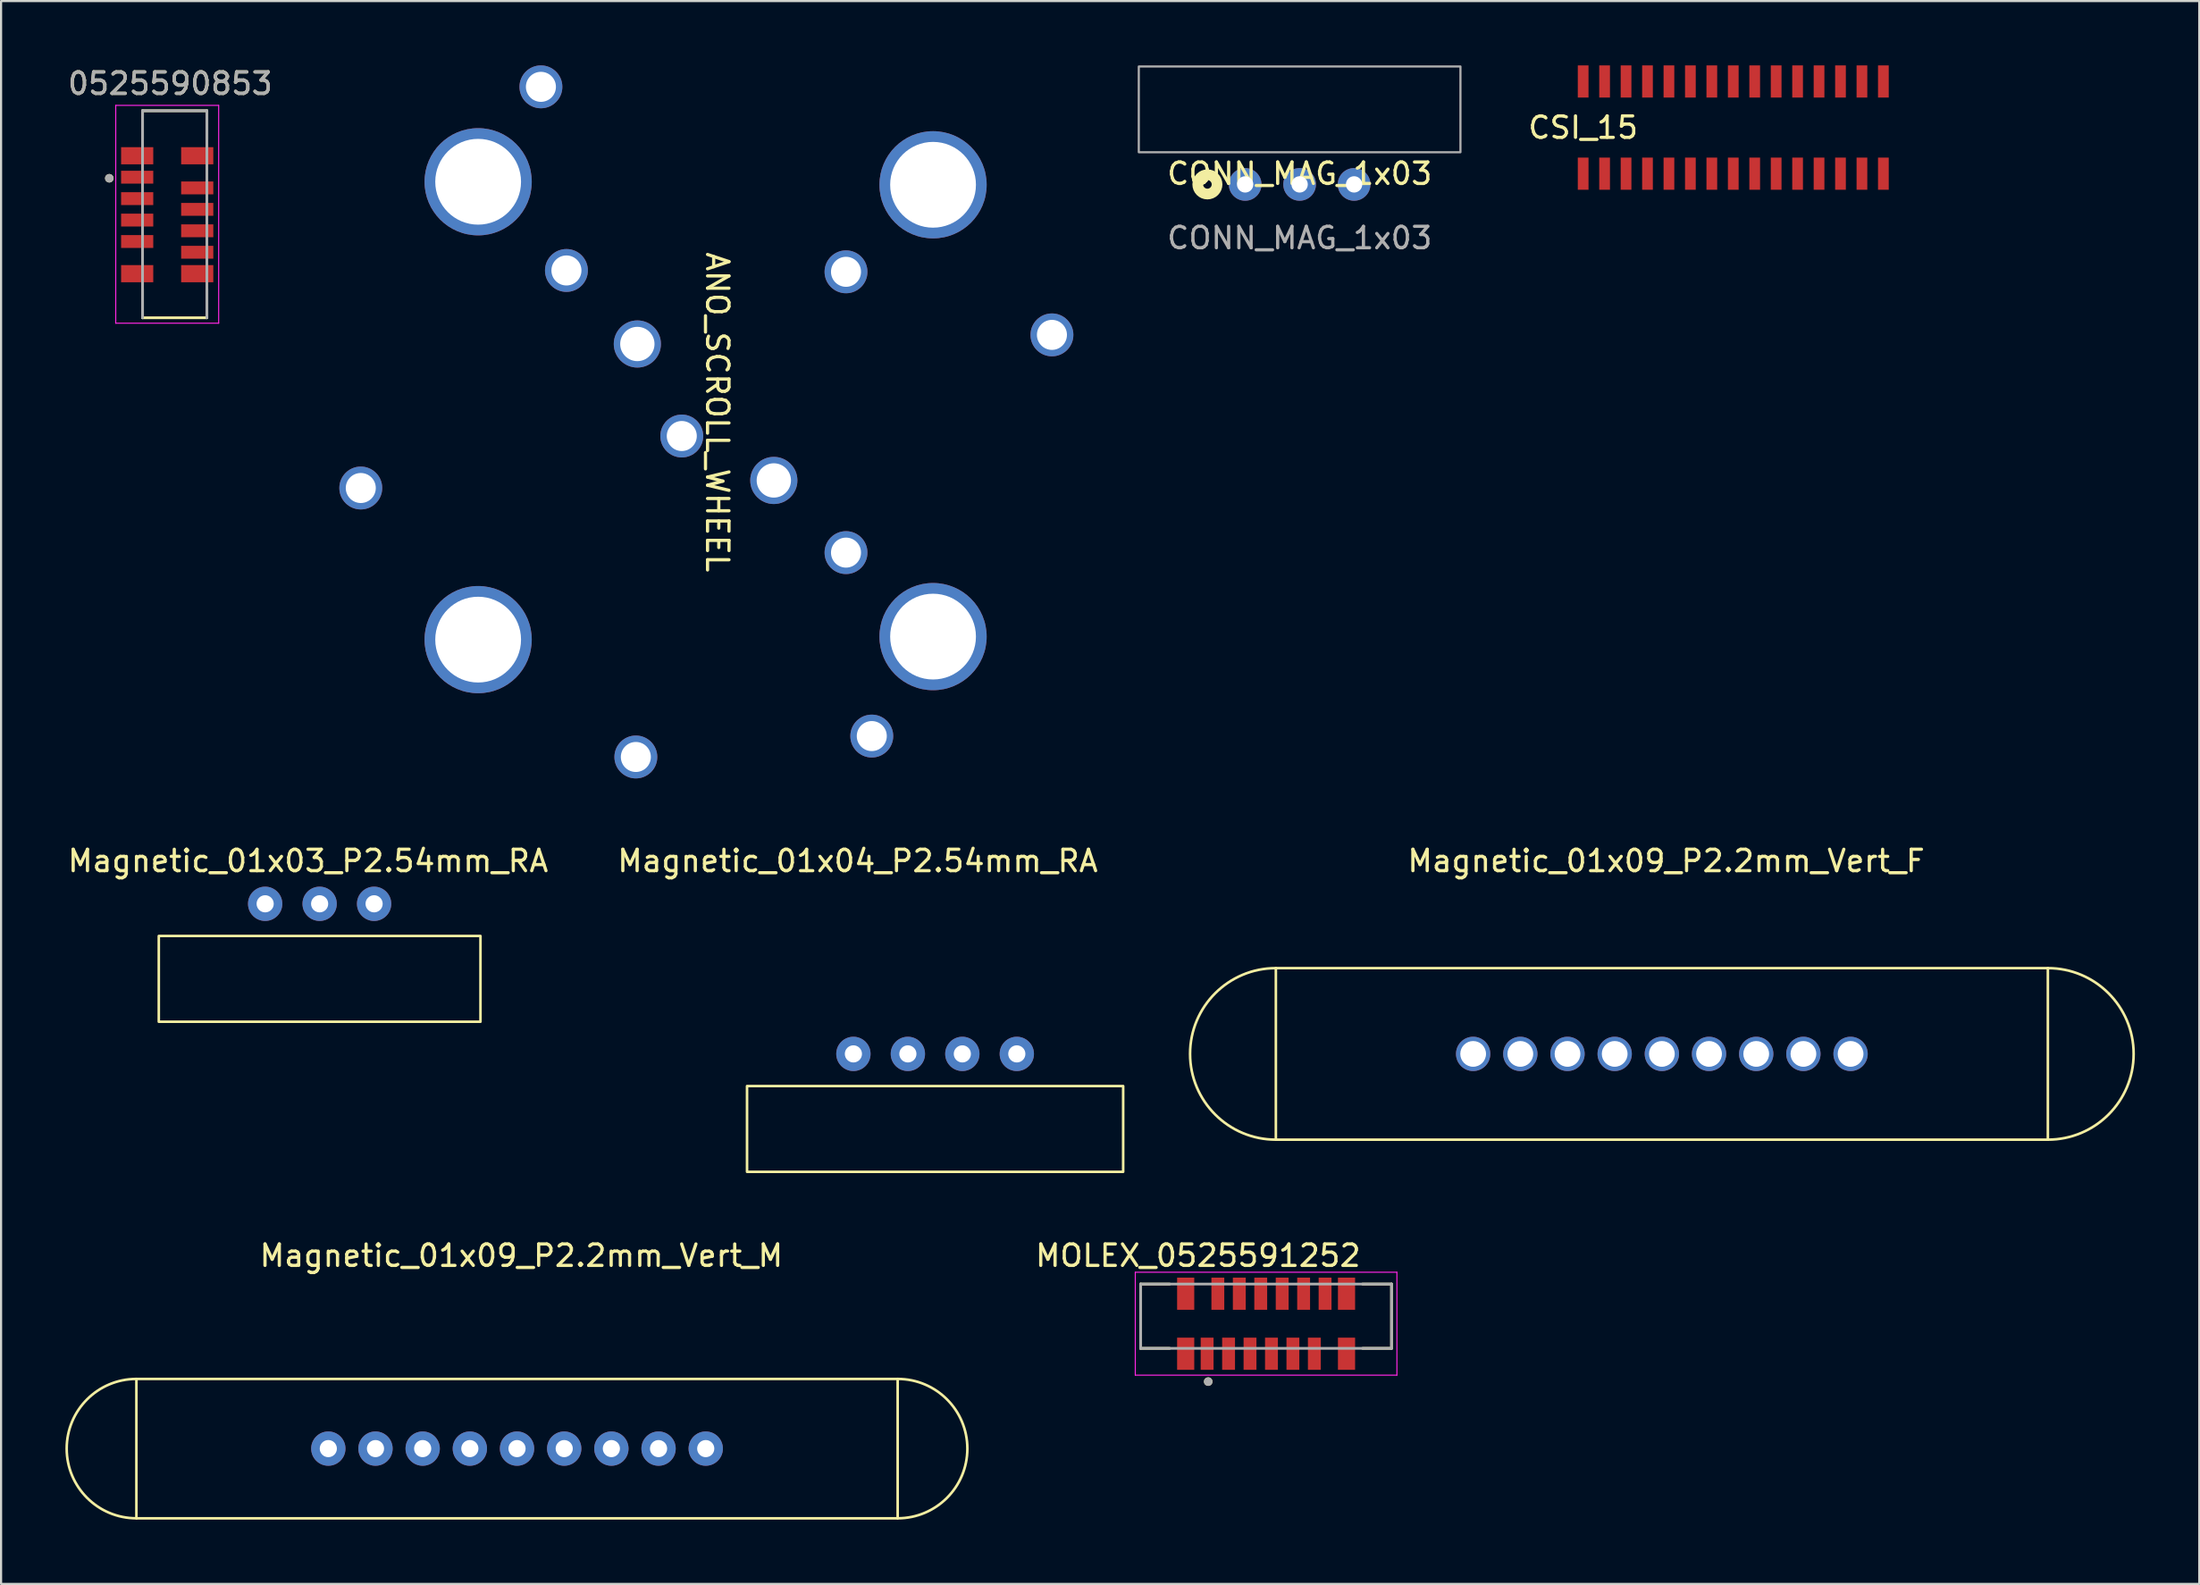
<source format=kicad_pcb>
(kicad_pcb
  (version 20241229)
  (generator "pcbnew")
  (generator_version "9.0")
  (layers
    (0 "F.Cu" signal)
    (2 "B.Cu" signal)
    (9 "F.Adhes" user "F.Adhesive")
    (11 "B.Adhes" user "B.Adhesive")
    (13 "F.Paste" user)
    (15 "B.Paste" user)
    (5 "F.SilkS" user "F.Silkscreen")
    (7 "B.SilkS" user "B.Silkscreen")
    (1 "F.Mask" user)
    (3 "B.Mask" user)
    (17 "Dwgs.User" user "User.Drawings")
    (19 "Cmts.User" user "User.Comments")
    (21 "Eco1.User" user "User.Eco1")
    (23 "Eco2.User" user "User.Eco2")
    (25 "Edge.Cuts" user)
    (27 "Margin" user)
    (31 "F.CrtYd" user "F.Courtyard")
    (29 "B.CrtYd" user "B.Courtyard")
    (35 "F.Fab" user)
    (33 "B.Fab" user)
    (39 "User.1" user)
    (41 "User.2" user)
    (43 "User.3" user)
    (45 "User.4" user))
  (footprint "Magnetic_01x09_P2.2mm_Vert_F"
    (layer "F.Cu")
    (at 74.446 46.102)
    (property "Reference" "Magnetic_01x09_P2.2mm_Vert_F" (at 0.2 -9 0) (unlocked yes) (layer "F.SilkS") (effects (font (size 1 1) (thickness 0.15))))
    (attr through_hole)
    (fp_rect (start -18 -4) (end 18 4) (stroke (width 0.12) (type solid)) (fill no) (layer "F.SilkS"))
    (fp_arc (start -18 4) (mid -22 0) (end -18 -4) (stroke (width 0.12) (type solid)) (layer "F.SilkS"))
    (fp_arc (start 18 -4) (mid 22 0) (end 18 4) (stroke (width 0.12) (type solid)) (layer "F.SilkS"))
    (pad "1" thru_hole circle (at -8.8 0) (size 1.6 1.6) (drill 1.2) (layers "*.Cu" "*.Mask"))
    (pad "2" thru_hole circle (at -6.6 0) (size 1.6 1.6) (drill 1.2) (layers "*.Cu" "*.Mask"))
    (pad "3" thru_hole circle (at -4.4 0) (size 1.6 1.6) (drill 1.2) (layers "*.Cu" "*.Mask"))
    (pad "4" thru_hole circle (at -2.2 0) (size 1.6 1.6) (drill 1.2) (layers "*.Cu" "*.Mask"))
    (pad "5" thru_hole circle (at 0 0) (size 1.6 1.6) (drill 1.2) (layers "*.Cu" "*.Mask"))
    (pad "6" thru_hole circle (at 2.2 0) (size 1.6 1.6) (drill 1.2) (layers "*.Cu" "*.Mask"))
    (pad "7" thru_hole circle (at 4.4 0) (size 1.6 1.6) (drill 1.2) (layers "*.Cu" "*.Mask"))
    (pad "8" thru_hole circle (at 6.6 0) (size 1.6 1.6) (drill 1.2) (layers "*.Cu" "*.Mask"))
    (pad "9" thru_hole circle (at 8.8 0) (size 1.6 1.6) (drill 1.2) (layers "*.Cu" "*.Mask")))
  (footprint "Magnetic_01x09_P2.2mm_Vert_M"
    (layer "F.Cu")
    (at 21.06 64.511)
    (property "Reference" "Magnetic_01x09_P2.2mm_Vert_M" (at 0.2 -9 0) (unlocked yes) (layer "F.SilkS") (effects (font (size 1 1) (thickness 0.15))))
    (attr through_hole)
    (fp_rect (start -17.75 -3.25) (end 17.75 3.25) (stroke (width 0.12) (type solid)) (fill no) (layer "F.SilkS"))
    (fp_arc (start -17.75 3.25) (mid -21 0) (end -17.75 -3.25) (stroke (width 0.12) (type solid)) (layer "F.SilkS"))
    (fp_arc (start 17.75 -3.25) (mid 21 0) (end 17.75 3.25) (stroke (width 0.12) (type solid)) (layer "F.SilkS"))
    (pad "1" thru_hole circle (at -8.8 0) (size 1.6 1.6) (drill 0.8) (layers "*.Cu" "*.Mask"))
    (pad "2" thru_hole circle (at -6.6 0) (size 1.6 1.6) (drill 0.8) (layers "*.Cu" "*.Mask"))
    (pad "3" thru_hole circle (at -4.4 0) (size 1.6 1.6) (drill 0.8) (layers "*.Cu" "*.Mask"))
    (pad "4" thru_hole circle (at -2.2 0) (size 1.6 1.6) (drill 0.8) (layers "*.Cu" "*.Mask"))
    (pad "5" thru_hole circle (at 0 0) (size 1.6 1.6) (drill 0.8) (layers "*.Cu" "*.Mask"))
    (pad "6" thru_hole circle (at 2.2 0) (size 1.6 1.6) (drill 0.8) (layers "*.Cu" "*.Mask"))
    (pad "7" thru_hole circle (at 4.4 0) (size 1.6 1.6) (drill 0.8) (layers "*.Cu" "*.Mask"))
    (pad "8" thru_hole circle (at 6.6 0) (size 1.6 1.6) (drill 0.8) (layers "*.Cu" "*.Mask"))
    (pad "9" thru_hole circle (at 8.8 0) (size 1.6 1.6) (drill 0.8) (layers "*.Cu" "*.Mask")))
  (footprint "ANO_SCROLL_WHEEL"
    (layer "F.Cu")
    (at 29.924 16.104)
    (property "Reference" "ANO_SCROLL_WHEEL" (at 0.475 0.071 270) (unlocked yes) (layer "F.SilkS") (effects (font (size 1 1) (thickness 0.15))))
    (attr through_hole)
    (pad "1" thru_hole circle (at 6.477 6.619 315) (size 2 2) (drill 1.4) (layers "*.Cu" "*.Mask"))
    (pad "2" thru_hole circle (at 6.477 -6.477 315) (size 2 2) (drill 1.4) (layers "*.Cu" "*.Mask"))
    (pad "3" thru_hole circle (at -1.181 1.181 315) (size 2 2) (drill 1.4) (layers "*.Cu" "*.Mask"))
    (pad "4" thru_hole circle (at 7.679 15.175 45) (size 2 2) (drill 1.4) (layers "*.Cu" "*.Mask"))
    (pad "5" thru_hole circle (at 16.08 -3.536 315) (size 2 2) (drill 1.4) (layers "*.Cu" "*.Mask"))
    (pad "6" thru_hole circle (at -7.75 -15.104 315) (size 2 2) (drill 1.4) (layers "*.Cu" "*.Mask"))
    (pad "7" thru_hole circle (at -16.15 3.606 315) (size 2 2) (drill 1.4) (layers "*.Cu" "*.Mask"))
    (pad "8" thru_hole circle (at -6.56 -6.54 315) (size 2 2) (drill 1.4) (layers "*.Cu" "*.Mask"))
    (pad "9" thru_hole circle (at -3.323 16.15 315) (size 2 2) (drill 1.4) (layers "*.Cu" "*.Mask"))
    (pad "10" thru_hole circle (at -10.677 -10.677 315) (size 5 5) (drill 4) (layers "*.Cu" "*.Mask"))
    (pad "11" thru_hole circle (at 10.536 -10.536 315) (size 5 5) (drill 4) (layers "*.Cu" "*.Mask"))
    (pad "12" thru_hole circle (at -10.677 10.677 315) (size 5 5) (drill 4) (layers "*.Cu" "*.Mask"))
    (pad "13" thru_hole circle (at 10.536 10.536 315) (size 5 5) (drill 4) (layers "*.Cu" "*.Mask"))
    (pad "14" thru_hole circle (at -3.253 -3.111 315) (size 2.2 2.2) (drill 1.6) (layers "*.Cu" "*.Mask"))
    (pad "15" thru_hole circle (at 3.111 3.253 315) (size 2.2 2.2) (drill 1.6) (layers "*.Cu" "*.Mask")))
  (footprint "MOLEX_0525591252"
    (layer "F.Cu")
    (at 55.991 58.686)
    (property "Reference" "MOLEX_0525591252" (at -3.175 -3.175 0) (layer "F.SilkS") (effects (font (size 1 1) (thickness 0.15))))
    (attr smd)
    (fp_line (start -5.85 -1.85) (end -5.85 1.15) (stroke (width 0.127) (type solid)) (layer "F.SilkS"))
    (fp_line (start -5.85 1.15) (end -4.5 1.15) (stroke (width 0.127) (type solid)) (layer "F.SilkS"))
    (fp_line (start -4.5 -1.85) (end -5.85 -1.85) (stroke (width 0.127) (type solid)) (layer "F.SilkS"))
    (fp_line (start 4.5 1.15) (end 5.85 1.15) (stroke (width 0.127) (type solid)) (layer "F.SilkS"))
    (fp_line (start 5.85 -1.85) (end 4.5 -1.85) (stroke (width 0.127) (type solid)) (layer "F.SilkS"))
    (fp_line (start 5.85 1.15) (end 5.85 -1.85) (stroke (width 0.127) (type solid)) (layer "F.SilkS"))
    (fp_circle (center -2.7 2.7) (end -2.6 2.7) (stroke (width 0.2) (type solid)) (fill no) (layer "F.SilkS"))
    (fp_line (start -6.1 -2.4) (end 6.1 -2.4) (stroke (width 0.05) (type solid)) (layer "F.CrtYd"))
    (fp_line (start -6.1 2.4) (end -6.1 -2.4) (stroke (width 0.05) (type solid)) (layer "F.CrtYd"))
    (fp_line (start 6.1 -2.4) (end 6.1 2.4) (stroke (width 0.05) (type solid)) (layer "F.CrtYd"))
    (fp_line (start 6.1 2.4) (end -6.1 2.4) (stroke (width 0.05) (type solid)) (layer "F.CrtYd"))
    (fp_line (start -5.85 -1.85) (end 5.85 -1.85) (stroke (width 0.127) (type solid)) (layer "F.Fab"))
    (fp_line (start -5.85 1.15) (end -5.85 -1.85) (stroke (width 0.127) (type solid)) (layer "F.Fab"))
    (fp_line (start 5.85 -1.85) (end 5.85 1.15) (stroke (width 0.127) (type solid)) (layer "F.Fab"))
    (fp_line (start 5.85 1.15) (end -5.85 1.15) (stroke (width 0.127) (type solid)) (layer "F.Fab"))
    (fp_circle (center -2.7 2.7) (end -2.6 2.7) (stroke (width 0.2) (type solid)) (fill no) (layer "F.Fab"))
    (pad "1" smd rect (at -2.75 1.4 180) (size 0.6 1.5) (layers "F.Cu" "F.Mask" "F.Paste"))
    (pad "2" smd rect (at -2.25 -1.4 180) (size 0.6 1.5) (layers "F.Cu" "F.Mask" "F.Paste"))
    (pad "3" smd rect (at -1.75 1.4 180) (size 0.6 1.5) (layers "F.Cu" "F.Mask" "F.Paste"))
    (pad "4" smd rect (at -1.25 -1.4 180) (size 0.6 1.5) (layers "F.Cu" "F.Mask" "F.Paste"))
    (pad "5" smd rect (at -0.75 1.4 180) (size 0.6 1.5) (layers "F.Cu" "F.Mask" "F.Paste"))
    (pad "6" smd rect (at -0.25 -1.4 180) (size 0.6 1.5) (layers "F.Cu" "F.Mask" "F.Paste"))
    (pad "7" smd rect (at 0.25 1.4 180) (size 0.6 1.5) (layers "F.Cu" "F.Mask" "F.Paste"))
    (pad "8" smd rect (at 0.75 -1.4 180) (size 0.6 1.5) (layers "F.Cu" "F.Mask" "F.Paste"))
    (pad "9" smd rect (at 1.25 1.4 180) (size 0.6 1.5) (layers "F.Cu" "F.Mask" "F.Paste"))
    (pad "10" smd rect (at 1.75 -1.4 180) (size 0.6 1.5) (layers "F.Cu" "F.Mask" "F.Paste"))
    (pad "11" smd rect (at 2.25 1.4 180) (size 0.6 1.5) (layers "F.Cu" "F.Mask" "F.Paste"))
    (pad "12" smd rect (at 2.75 -1.4 180) (size 0.6 1.5) (layers "F.Cu" "F.Mask" "F.Paste"))
    (pad "S1" smd rect (at -3.75 -1.4) (size 0.8 1.5) (layers "F.Cu" "F.Mask" "F.Paste"))
    (pad "S2" smd rect (at -3.75 1.4) (size 0.8 1.5) (layers "F.Cu" "F.Mask" "F.Paste"))
    (pad "S3" smd rect (at 3.75 1.4) (size 0.8 1.5) (layers "F.Cu" "F.Mask" "F.Paste"))
    (pad "S4" smd rect (at 3.75 -1.4) (size 0.8 1.5) (layers "F.Cu" "F.Mask" "F.Paste")))
  (footprint "CONN_MAG_1x03"
    (layer "F.Cu")
    (at 57.554 5.55)
    (property "Reference" "CONN_MAG_1x03" (at 0 -0.5 0) (unlocked yes) (layer "F.SilkS") (effects (font (size 1 1) (thickness 0.15))))
    (attr through_hole)
    (fp_circle (center -4.3 0) (end -4.1 0) (stroke (width 0.5) (type solid)) (fill no) (layer "F.SilkS"))
    (fp_rect (start -7.5 -5.5) (end 7.5 -1.5) (stroke (width 0.1) (type solid)) (fill no) (layer "F.Fab"))
    (fp_text user "${REFERENCE}" (at 0 2.5 0) (unlocked yes) (layer "F.Fab") (effects (font (size 1 1) (thickness 0.15))))
    (pad "1" thru_hole circle (at -2.54 0) (size 1.524 1.524) (drill 0.762) (layers "*.Cu" "*.Mask"))
    (pad "2" thru_hole circle (at 0 0) (size 1.524 1.524) (drill 0.762) (layers "*.Cu" "*.Mask"))
    (pad "3" thru_hole circle (at 2.54 0) (size 1.524 1.524) (drill 0.762) (layers "*.Cu" "*.Mask")))
  (footprint "CSI_15"
    (layer "F.Cu")
    (at 70.776 2.9)
    (property "Reference" "CSI_15" (at 0 0 0) (unlocked yes) (layer "F.SilkS") (effects (font (size 1 1) (thickness 0.15))))
    (attr smd)
    (pad "1" smd rect (at 0 -2.15) (size 0.5 1.5) (layers "F.Cu" "F.Mask" "F.Paste"))
    (pad "1" smd rect (at 0 2.15) (size 0.5 1.5) (layers "F.Cu" "F.Mask" "F.Paste"))
    (pad "2" smd rect (at 1 -2.15) (size 0.5 1.5) (layers "F.Cu" "F.Mask" "F.Paste"))
    (pad "2" smd rect (at 1 2.15) (size 0.5 1.5) (layers "F.Cu" "F.Mask" "F.Paste"))
    (pad "3" smd rect (at 2 -2.15) (size 0.5 1.5) (layers "F.Cu" "F.Mask" "F.Paste"))
    (pad "3" smd rect (at 2 2.15) (size 0.5 1.5) (layers "F.Cu" "F.Mask" "F.Paste"))
    (pad "4" smd rect (at 3 -2.15) (size 0.5 1.5) (layers "F.Cu" "F.Mask" "F.Paste"))
    (pad "4" smd rect (at 3 2.15) (size 0.5 1.5) (layers "F.Cu" "F.Mask" "F.Paste"))
    (pad "5" smd rect (at 4 -2.15) (size 0.5 1.5) (layers "F.Cu" "F.Mask" "F.Paste"))
    (pad "5" smd rect (at 4 2.15) (size 0.5 1.5) (layers "F.Cu" "F.Mask" "F.Paste"))
    (pad "6" smd rect (at 5 -2.15) (size 0.5 1.5) (layers "F.Cu" "F.Mask" "F.Paste"))
    (pad "6" smd rect (at 5 2.15) (size 0.5 1.5) (layers "F.Cu" "F.Mask" "F.Paste"))
    (pad "7" smd rect (at 6 -2.15) (size 0.5 1.5) (layers "F.Cu" "F.Mask" "F.Paste"))
    (pad "7" smd rect (at 6 2.15) (size 0.5 1.5) (layers "F.Cu" "F.Mask" "F.Paste"))
    (pad "8" smd rect (at 7 -2.15) (size 0.5 1.5) (layers "F.Cu" "F.Mask" "F.Paste"))
    (pad "8" smd rect (at 7 2.15) (size 0.5 1.5) (layers "F.Cu" "F.Mask" "F.Paste"))
    (pad "9" smd rect (at 8 -2.15) (size 0.5 1.5) (layers "F.Cu" "F.Mask" "F.Paste"))
    (pad "9" smd rect (at 8 2.15) (size 0.5 1.5) (layers "F.Cu" "F.Mask" "F.Paste"))
    (pad "10" smd rect (at 9 -2.15) (size 0.5 1.5) (layers "F.Cu" "F.Mask" "F.Paste"))
    (pad "10" smd rect (at 9 2.15) (size 0.5 1.5) (layers "F.Cu" "F.Mask" "F.Paste"))
    (pad "11" smd rect (at 10 -2.15) (size 0.5 1.5) (layers "F.Cu" "F.Mask" "F.Paste"))
    (pad "11" smd rect (at 10 2.15) (size 0.5 1.5) (layers "F.Cu" "F.Mask" "F.Paste"))
    (pad "12" smd rect (at 11 -2.15) (size 0.5 1.5) (layers "F.Cu" "F.Mask" "F.Paste"))
    (pad "12" smd rect (at 11 2.15) (size 0.5 1.5) (layers "F.Cu" "F.Mask" "F.Paste"))
    (pad "13" smd rect (at 12 -2.15) (size 0.5 1.5) (layers "F.Cu" "F.Mask" "F.Paste"))
    (pad "13" smd rect (at 12 2.15) (size 0.5 1.5) (layers "F.Cu" "F.Mask" "F.Paste"))
    (pad "14" smd rect (at 13 -2.15) (size 0.5 1.5) (layers "F.Cu" "F.Mask" "F.Paste"))
    (pad "14" smd rect (at 13 2.15) (size 0.5 1.5) (layers "F.Cu" "F.Mask" "F.Paste"))
    (pad "15" smd rect (at 14 -2.15) (size 0.5 1.5) (layers "F.Cu" "F.Mask" "F.Paste"))
    (pad "15" smd rect (at 14 2.15) (size 0.5 1.5) (layers "F.Cu" "F.Mask" "F.Paste")))
  (footprint "0525590853"
    (layer "F.Cu")
    (at 4.887 6.944)
    (property "Reference" "0525590853" (at 0 -6.096 0) (unlocked yes) (layer "F.SilkS") (effects (font (size 1 1) (thickness 0.15))))
    (attr smd)
    (fp_line (start -1.29 -4.83) (end -1.29 -3.48) (stroke (width 0.127) (type solid)) (layer "F.SilkS"))
    (fp_line (start -1.29 3.476) (end -1.29 4.826) (stroke (width 0.127) (type solid)) (layer "F.SilkS"))
    (fp_line (start -1.29 4.826) (end 1.71 4.826) (stroke (width 0.127) (type solid)) (layer "F.SilkS"))
    (fp_line (start 1.71 -4.83) (end -1.29 -4.83) (stroke (width 0.127) (type solid)) (layer "F.SilkS"))
    (fp_line (start 1.71 -3.48) (end 1.71 -4.83) (stroke (width 0.127) (type solid)) (layer "F.SilkS"))
    (fp_line (start 1.71 4.826) (end 1.71 3.476) (stroke (width 0.127) (type solid)) (layer "F.SilkS"))
    (fp_circle (center -2.84 -1.68) (end -2.84 -1.58) (stroke (width 0.2) (type solid)) (fill no) (layer "F.SilkS"))
    (fp_line (start -2.54 -5.08) (end 2.26 -5.08) (stroke (width 0.05) (type solid)) (layer "F.CrtYd"))
    (fp_line (start -2.54 5.08) (end -2.54 -5.08) (stroke (width 0.05) (type solid)) (layer "F.CrtYd"))
    (fp_line (start 2.26 -5.08) (end 2.26 5.08) (stroke (width 0.05) (type solid)) (layer "F.CrtYd"))
    (fp_line (start 2.26 5.08) (end -2.54 5.08) (stroke (width 0.05) (type solid)) (layer "F.CrtYd"))
    (fp_line (start -1.29 -4.83) (end 1.71 -4.83) (stroke (width 0.127) (type solid)) (layer "F.Fab"))
    (fp_line (start -1.29 4.826) (end -1.29 -4.83) (stroke (width 0.127) (type solid)) (layer "F.Fab"))
    (fp_line (start 1.71 -4.83) (end 1.71 4.826) (stroke (width 0.127) (type solid)) (layer "F.Fab"))
    (fp_circle (center -2.84 -1.68) (end -2.84 -1.58) (stroke (width 0.2) (type solid)) (fill no) (layer "F.Fab"))
    (fp_text user "${REFERENCE}" (at 0 -6.096 0) (unlocked yes) (layer "F.Fab") (effects (font (size 1 1) (thickness 0.15))))
    (pad "1" smd rect (at -1.54 -1.73 90) (size 0.6 1.5) (layers "F.Cu" "F.Mask" "F.Paste"))
    (pad "2" smd rect (at 1.26 -1.23 90) (size 0.6 1.5) (layers "F.Cu" "F.Mask" "F.Paste"))
    (pad "3" smd rect (at -1.54 -0.73 90) (size 0.6 1.5) (layers "F.Cu" "F.Mask" "F.Paste"))
    (pad "4" smd rect (at 1.26 -0.23 90) (size 0.6 1.5) (layers "F.Cu" "F.Mask" "F.Paste"))
    (pad "5" smd rect (at -1.54 0.27 90) (size 0.6 1.5) (layers "F.Cu" "F.Mask" "F.Paste"))
    (pad "6" smd rect (at 1.26 0.77 90) (size 0.6 1.5) (layers "F.Cu" "F.Mask" "F.Paste"))
    (pad "7" smd rect (at -1.54 1.27 90) (size 0.6 1.5) (layers "F.Cu" "F.Mask" "F.Paste"))
    (pad "8" smd rect (at 1.26 1.77 90) (size 0.6 1.5) (layers "F.Cu" "F.Mask" "F.Paste"))
    (pad "S1" smd rect (at 1.26 -2.73 270) (size 0.8 1.5) (layers "F.Cu" "F.Mask" "F.Paste"))
    (pad "S2" smd rect (at -1.54 -2.73 270) (size 0.8 1.5) (layers "F.Cu" "F.Mask" "F.Paste"))
    (pad "S3" smd rect (at -1.54 2.77 270) (size 0.8 1.5) (layers "F.Cu" "F.Mask" "F.Paste"))
    (pad "S4" smd rect (at 1.26 2.77 270) (size 0.8 1.5) (layers "F.Cu" "F.Mask" "F.Paste")))
  (footprint "Magnetic_01x04_P2.54mm_RA"
    (layer "F.Cu")
    (at 36.746 46.102)
    (property "Reference" "Magnetic_01x04_P2.54mm_RA" (at 0.2 -9 0) (unlocked yes) (layer "F.SilkS") (effects (font (size 1 1) (thickness 0.15))))
    (attr through_hole)
    (fp_rect (start -4.96 5.5) (end 12.58 1.5) (stroke (width 0.12) (type solid)) (fill no) (layer "F.SilkS"))
    (pad "1" thru_hole circle (at 0 0) (size 1.6 1.6) (drill 0.8) (layers "*.Cu" "*.Mask"))
    (pad "2" thru_hole circle (at 2.54 0) (size 1.6 1.6) (drill 0.8) (layers "*.Cu" "*.Mask"))
    (pad "3" thru_hole circle (at 5.08 0) (size 1.6 1.6) (drill 0.8) (layers "*.Cu" "*.Mask"))
    (pad "4" thru_hole circle (at 7.62 0) (size 1.6 1.6) (drill 0.8) (layers "*.Cu" "*.Mask")))
  (footprint "Magnetic_01x03_P2.54mm_RA"
    (layer "F.Cu")
    (at 9.315 39.102)
    (property "Reference" "Magnetic_01x03_P2.54mm_RA" (at 2 -2 0) (unlocked yes) (layer "F.SilkS") (effects (font (size 1 1) (thickness 0.15))))
    (attr through_hole)
    (fp_rect (start -4.96 5.5) (end 10.04 1.5) (stroke (width 0.12) (type solid)) (fill no) (layer "F.SilkS"))
    (pad "1" thru_hole circle (at 0 0) (size 1.6 1.6) (drill 0.8) (layers "*.Cu" "*.Mask"))
    (pad "2" thru_hole circle (at 2.54 0) (size 1.6 1.6) (drill 0.8) (layers "*.Cu" "*.Mask"))
    (pad "3" thru_hole circle (at 5.08 0) (size 1.6 1.6) (drill 0.8) (layers "*.Cu" "*.Mask")))
  (gr_rect
    (start -3 -3)
    (end 99.506 70.821)
    (stroke (width 0.1) (type default))
    (fill no)
    (layer "Edge.Cuts")))
</source>
